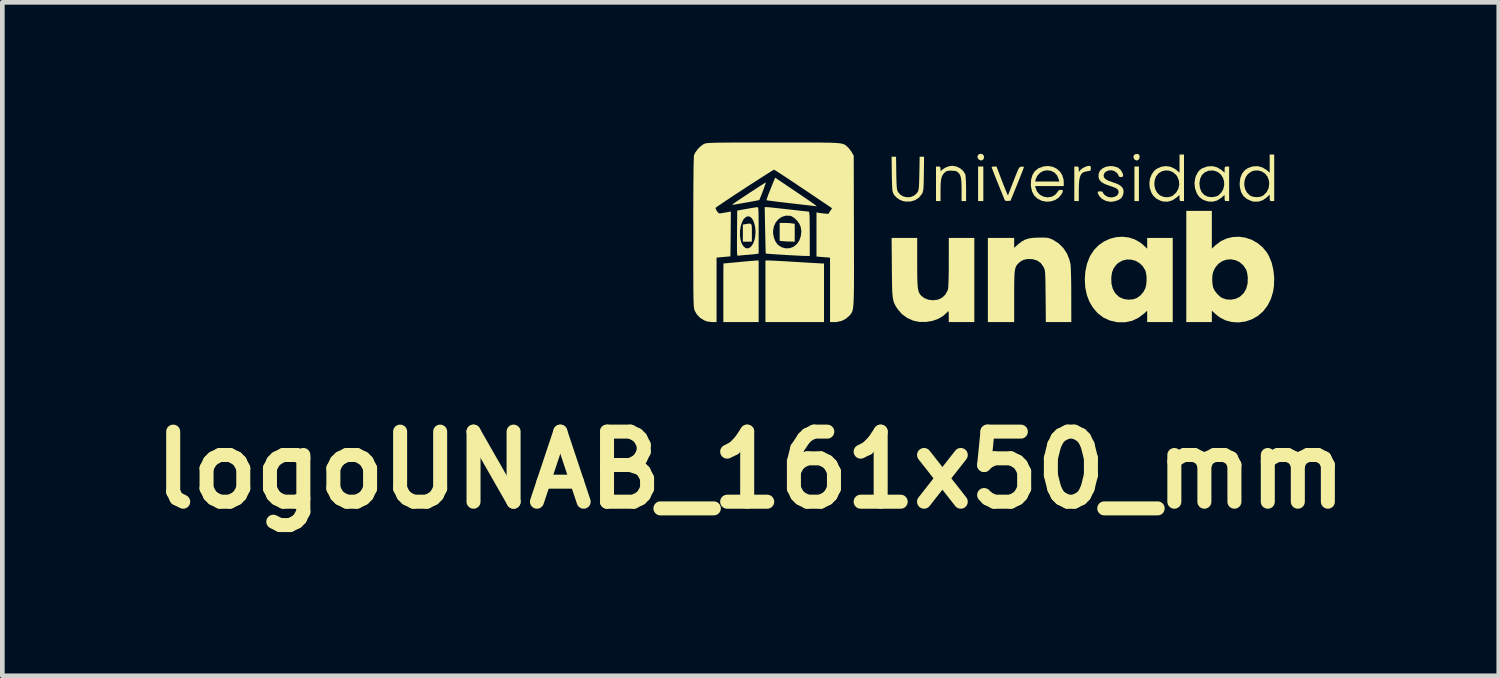
<source format=kicad_pcb>
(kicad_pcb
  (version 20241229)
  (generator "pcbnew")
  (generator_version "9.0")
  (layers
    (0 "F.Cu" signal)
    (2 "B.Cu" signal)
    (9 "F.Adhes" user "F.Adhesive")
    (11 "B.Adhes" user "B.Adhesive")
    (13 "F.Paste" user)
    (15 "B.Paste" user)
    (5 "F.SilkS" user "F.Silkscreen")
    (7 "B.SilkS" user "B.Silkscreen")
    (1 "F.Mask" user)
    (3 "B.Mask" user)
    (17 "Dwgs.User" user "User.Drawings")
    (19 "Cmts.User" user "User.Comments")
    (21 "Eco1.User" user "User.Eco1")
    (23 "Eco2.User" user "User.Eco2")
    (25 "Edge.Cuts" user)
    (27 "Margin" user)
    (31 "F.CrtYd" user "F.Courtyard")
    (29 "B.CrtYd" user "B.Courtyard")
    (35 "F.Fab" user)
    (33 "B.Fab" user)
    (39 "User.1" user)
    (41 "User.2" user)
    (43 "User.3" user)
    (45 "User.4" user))
  (footprint "logoUNAB_161x50_mm"
    (layer "F.Cu")
    (at 18.094 1.93)
    (property "Reference" "logoUNAB_161x50_mm" (at -5.08 5.08 0) (layer "F.SilkS") (effects (font (size 1.5 1.5) (thickness 0.3))))
    (attr board_only exclude_from_pos_files exclude_from_bom)
    (fp_poly (pts (xy -0.097 -1.046) (xy -0.097 -0.676) (xy -0.153 -0.676) (xy -0.209 -0.676) (xy -0.209 -1.046) (xy -0.209 -1.416) (xy -0.153 -1.416) (xy -0.097 -1.416)) (stroke (width 0) (type solid)) (fill yes) (layer "F.SilkS"))
    (fp_poly (pts (xy 3.233 -1.046) (xy 3.233 -0.676) (xy 3.185 -0.676) (xy 3.137 -0.676) (xy 3.137 -1.046) (xy 3.137 -1.416) (xy 3.185 -1.416) (xy 3.233 -1.416)) (stroke (width 0) (type solid)) (fill yes) (layer "F.SilkS"))
    (fp_poly (pts (xy -0.108 -1.676) (xy -0.083 -1.639) (xy -0.08 -1.617) (xy -0.093 -1.573) (xy -0.124 -1.549) (xy -0.164 -1.548) (xy -0.2 -1.57) (xy -0.223 -1.61) (xy -0.219 -1.649) (xy -0.193 -1.679) (xy -0.153 -1.689)) (stroke (width 0) (type solid)) (fill yes) (layer "F.SilkS"))
    (fp_poly (pts (xy 3.217 -1.681) (xy 3.244 -1.658) (xy 3.249 -1.627) (xy 3.239 -1.579) (xy 3.212 -1.551) (xy 3.176 -1.545) (xy 3.141 -1.566) (xy 3.131 -1.577) (xy 3.115 -1.621) (xy 3.125 -1.658) (xy 3.156 -1.682) (xy 3.203 -1.685)) (stroke (width 0) (type solid)) (fill yes) (layer "F.SilkS"))
    (fp_poly (pts (xy -5.069 -0.186) (xy -5.057 -0.162) (xy -5.052 -0.117) (xy -5.051 -0.048) (xy -5.051 0) (xy -5.051 0.193) (xy -5.148 0.193) (xy -5.244 0.193) (xy -5.244 0.01) (xy -5.244 -0.173) (xy -5.184 -0.183) (xy -5.129 -0.192) (xy -5.092 -0.194)) (stroke (width 0) (type solid)) (fill yes) (layer "F.SilkS"))
    (fp_poly (pts (xy -4.355 -0.209) (xy -4.29 -0.207) (xy -4.227 -0.203) (xy -4.194 -0.199) (xy -4.134 -0.189) (xy -4.134 0.002) (xy -4.134 0.193) (xy -4.235 0.19) (xy -4.3 0.188) (xy -4.363 0.184) (xy -4.396 0.181) (xy -4.456 0.175) (xy -4.456 -0.017) (xy -4.456 -0.209)) (stroke (width 0) (type solid)) (fill yes) (layer "F.SilkS"))
    (fp_poly (pts (xy -4.685 0.595) (xy -4.65 0.596) (xy -4.588 0.599) (xy -4.503 0.604) (xy -4.399 0.609) (xy -4.282 0.616) (xy -4.155 0.624) (xy -4.094 0.627) (xy -3.967 0.635) (xy -3.849 0.642) (xy -3.745 0.648) (xy -3.657 0.653) (xy -3.592 0.657) (xy -3.552 0.659) (xy -3.543 0.659) (xy -3.507 0.66) (xy -3.507 1.287) (xy -3.507 1.914) (xy -4.134 1.914) (xy -4.761 1.914) (xy -4.761 1.255) (xy -4.761 0.595)) (stroke (width 0) (type solid)) (fill yes) (layer "F.SilkS"))
    (fp_poly (pts (xy -4.906 1.255) (xy -4.906 1.914) (xy -5.284 1.914) (xy -5.662 1.914) (xy -5.662 1.287) (xy -5.662 1.148) (xy -5.662 1.02) (xy -5.661 0.907) (xy -5.661 0.81) (xy -5.66 0.735) (xy -5.659 0.684) (xy -5.659 0.66) (xy -5.658 0.659) (xy -5.642 0.658) (xy -5.598 0.654) (xy -5.532 0.648) (xy -5.448 0.64) (xy -5.351 0.631) (xy -5.316 0.627) (xy -5.214 0.618) (xy -5.12 0.609) (xy -5.04 0.603) (xy -4.981 0.598) (xy -4.947 0.595) (xy -4.942 0.595) (xy -4.906 0.595)) (stroke (width 0) (type solid)) (fill yes) (layer "F.SilkS"))
    (fp_poly (pts (xy 2.193 -1.426) (xy 2.203 -1.405) (xy 2.204 -1.377) (xy 2.202 -1.344) (xy 2.19 -1.327) (xy 2.16 -1.319) (xy 2.131 -1.315) (xy 2.071 -1.303) (xy 2.025 -1.281) (xy 1.992 -1.243) (xy 1.969 -1.188) (xy 1.955 -1.111) (xy 1.948 -1.008) (xy 1.946 -0.909) (xy 1.946 -0.676) (xy 1.898 -0.676) (xy 1.85 -0.676) (xy 1.85 -1.046) (xy 1.85 -1.416) (xy 1.898 -1.416) (xy 1.93 -1.413) (xy 1.943 -1.398) (xy 1.946 -1.361) (xy 1.946 -1.356) (xy 1.946 -1.296) (xy 1.973 -1.333) (xy 2.009 -1.367) (xy 2.063 -1.399) (xy 2.122 -1.423) (xy 2.168 -1.431)) (stroke (width 0) (type solid)) (fill yes) (layer "F.SilkS"))
    (fp_poly (pts (xy -4.13 -0.892) (xy -3.995 -0.801) (xy -3.885 -0.726) (xy -3.799 -0.667) (xy -3.735 -0.622) (xy -3.693 -0.591) (xy -3.67 -0.572) (xy -3.665 -0.565) (xy -3.668 -0.565) (xy -3.685 -0.567) (xy -3.731 -0.572) (xy -3.801 -0.581) (xy -3.891 -0.591) (xy -3.998 -0.603) (xy -4.118 -0.617) (xy -4.203 -0.627) (xy -4.33 -0.642) (xy -4.446 -0.655) (xy -4.548 -0.668) (xy -4.631 -0.679) (xy -4.693 -0.687) (xy -4.73 -0.693) (xy -4.738 -0.695) (xy -4.735 -0.712) (xy -4.72 -0.755) (xy -4.697 -0.82) (xy -4.664 -0.903) (xy -4.625 -1.001) (xy -4.581 -1.11) (xy -4.575 -1.123) (xy -4.553 -1.177)) (stroke (width 0) (type solid)) (fill yes) (layer "F.SilkS"))
    (fp_poly (pts (xy -4.756 -1.058) (xy -4.769 -1.019) (xy -4.788 -0.965) (xy -4.811 -0.902) (xy -4.836 -0.837) (xy -4.86 -0.777) (xy -4.879 -0.73) (xy -4.892 -0.702) (xy -4.895 -0.698) (xy -4.911 -0.694) (xy -4.953 -0.686) (xy -5.014 -0.674) (xy -5.088 -0.66) (xy -5.17 -0.646) (xy -5.252 -0.631) (xy -5.329 -0.618) (xy -5.395 -0.606) (xy -5.443 -0.599) (xy -5.467 -0.595) (xy -5.468 -0.595) (xy -5.466 -0.604) (xy -5.46 -0.609) (xy -5.44 -0.625) (xy -5.398 -0.654) (xy -5.339 -0.694) (xy -5.267 -0.742) (xy -5.187 -0.795) (xy -5.103 -0.851) (xy -5.019 -0.906) (xy -4.94 -0.957) (xy -4.869 -1.003) (xy -4.812 -1.039) (xy -4.772 -1.064) (xy -4.753 -1.074) (xy -4.752 -1.074)) (stroke (width 0) (type solid)) (fill yes) (layer "F.SilkS"))
    (fp_poly (pts (xy -0.675 -1.417) (xy -0.594 -1.379) (xy -0.528 -1.322) (xy -0.485 -1.253) (xy -0.484 -1.25) (xy -0.478 -1.218) (xy -0.473 -1.16) (xy -0.469 -1.083) (xy -0.467 -0.992) (xy -0.466 -0.94) (xy -0.466 -0.676) (xy -0.515 -0.676) (xy -0.563 -0.676) (xy -0.563 -0.917) (xy -0.564 -1.029) (xy -0.569 -1.115) (xy -0.577 -1.178) (xy -0.592 -1.226) (xy -0.612 -1.262) (xy -0.641 -1.293) (xy -0.643 -1.295) (xy -0.673 -1.314) (xy -0.715 -1.324) (xy -0.778 -1.327) (xy -0.782 -1.327) (xy -0.84 -1.326) (xy -0.878 -1.318) (xy -0.907 -1.302) (xy -0.934 -1.277) (xy -0.962 -1.244) (xy -0.983 -1.204) (xy -0.998 -1.154) (xy -1.007 -1.087) (xy -1.012 -0.998) (xy -1.013 -0.889) (xy -1.013 -0.676) (xy -1.062 -0.676) (xy -1.11 -0.676) (xy -1.11 -1.046) (xy -1.11 -1.416) (xy -1.062 -1.416) (xy -1.028 -1.412) (xy -1.015 -1.394) (xy -1.013 -1.365) (xy -1.013 -1.313) (xy -0.977 -1.348) (xy -0.911 -1.392) (xy -0.83 -1.422) (xy -0.761 -1.431)) (stroke (width 0) (type solid)) (fill yes) (layer "F.SilkS"))
    (fp_poly (pts (xy 0.185 -1.416) (xy 0.305 -1.1) (xy 0.341 -1.007) (xy 0.373 -0.927) (xy 0.4 -0.862) (xy 0.419 -0.818) (xy 0.429 -0.799) (xy 0.431 -0.799) (xy 0.438 -0.817) (xy 0.455 -0.861) (xy 0.48 -0.925) (xy 0.511 -1.005) (xy 0.546 -1.096) (xy 0.552 -1.11) (xy 0.591 -1.211) (xy 0.622 -1.287) (xy 0.644 -1.34) (xy 0.662 -1.375) (xy 0.677 -1.396) (xy 0.691 -1.407) (xy 0.707 -1.411) (xy 0.72 -1.413) (xy 0.755 -1.412) (xy 0.772 -1.405) (xy 0.772 -1.404) (xy 0.766 -1.386) (xy 0.75 -1.343) (xy 0.725 -1.278) (xy 0.693 -1.197) (xy 0.655 -1.102) (xy 0.629 -1.037) (xy 0.485 -0.684) (xy 0.427 -0.679) (xy 0.386 -0.679) (xy 0.364 -0.693) (xy 0.355 -0.711) (xy 0.345 -0.736) (xy 0.324 -0.787) (xy 0.296 -0.857) (xy 0.261 -0.942) (xy 0.223 -1.037) (xy 0.21 -1.069) (xy 0.172 -1.164) (xy 0.138 -1.249) (xy 0.111 -1.32) (xy 0.091 -1.371) (xy 0.081 -1.399) (xy 0.08 -1.403) (xy 0.095 -1.412) (xy 0.129 -1.416) (xy 0.133 -1.416)) (stroke (width 0) (type solid)) (fill yes) (layer "F.SilkS"))
    (fp_poly (pts (xy -1.96 -1.275) (xy -1.958 -1.158) (xy -1.955 -1.069) (xy -1.952 -1.003) (xy -1.948 -0.955) (xy -1.942 -0.92) (xy -1.935 -0.895) (xy -1.924 -0.873) (xy -1.922 -0.869) (xy -1.871 -0.81) (xy -1.803 -0.773) (xy -1.728 -0.757) (xy -1.65 -0.764) (xy -1.579 -0.793) (xy -1.522 -0.844) (xy -1.505 -0.868) (xy -1.494 -0.889) (xy -1.486 -0.914) (xy -1.48 -0.948) (xy -1.475 -0.994) (xy -1.472 -1.059) (xy -1.469 -1.145) (xy -1.467 -1.259) (xy -1.466 -1.274) (xy -1.46 -1.625) (xy -1.412 -1.625) (xy -1.365 -1.625) (xy -1.37 -1.259) (xy -1.372 -1.14) (xy -1.374 -1.049) (xy -1.377 -0.981) (xy -1.38 -0.932) (xy -1.386 -0.896) (xy -1.393 -0.869) (xy -1.403 -0.846) (xy -1.412 -0.828) (xy -1.474 -0.751) (xy -1.555 -0.697) (xy -1.651 -0.668) (xy -1.757 -0.666) (xy -1.814 -0.675) (xy -1.89 -0.706) (xy -1.959 -0.755) (xy -2.011 -0.814) (xy -2.02 -0.831) (xy -2.03 -0.855) (xy -2.038 -0.882) (xy -2.044 -0.919) (xy -2.048 -0.969) (xy -2.051 -1.038) (xy -2.054 -1.129) (xy -2.056 -1.247) (xy -2.056 -1.259) (xy -2.061 -1.625) (xy -2.013 -1.625) (xy -1.965 -1.625)) (stroke (width 0) (type solid)) (fill yes) (layer "F.SilkS"))
    (fp_poly (pts (xy 6.129 -1.174) (xy 6.129 -0.676) (xy 6.081 -0.676) (xy 6.051 -0.678) (xy 6.037 -0.69) (xy 6.033 -0.722) (xy 6.032 -0.746) (xy 6.032 -0.815) (xy 5.968 -0.754) (xy 5.885 -0.695) (xy 5.791 -0.665) (xy 5.693 -0.664) (xy 5.646 -0.675) (xy 5.546 -0.719) (xy 5.471 -0.783) (xy 5.42 -0.868) (xy 5.394 -0.974) (xy 5.391 -1.019) (xy 5.488 -1.019) (xy 5.505 -0.936) (xy 5.544 -0.861) (xy 5.604 -0.801) (xy 5.63 -0.785) (xy 5.695 -0.764) (xy 5.771 -0.76) (xy 5.844 -0.772) (xy 5.899 -0.799) (xy 5.968 -0.869) (xy 6.01 -0.954) (xy 6.022 -1.051) (xy 6.016 -1.112) (xy 5.986 -1.197) (xy 5.933 -1.264) (xy 5.864 -1.31) (xy 5.784 -1.332) (xy 5.699 -1.328) (xy 5.632 -1.304) (xy 5.564 -1.253) (xy 5.517 -1.184) (xy 5.492 -1.104) (xy 5.488 -1.019) (xy 5.391 -1.019) (xy 5.389 -1.052) (xy 5.402 -1.165) (xy 5.439 -1.261) (xy 5.499 -1.337) (xy 5.566 -1.383) (xy 5.668 -1.418) (xy 5.771 -1.424) (xy 5.87 -1.399) (xy 5.96 -1.346) (xy 5.967 -1.34) (xy 6.032 -1.284) (xy 6.032 -1.479) (xy 6.032 -1.673) (xy 6.081 -1.673) (xy 6.129 -1.673)) (stroke (width 0) (type solid)) (fill yes) (layer "F.SilkS"))
    (fp_poly (pts (xy 4.198 -1.174) (xy 4.198 -0.676) (xy 4.15 -0.676) (xy 4.119 -0.678) (xy 4.106 -0.692) (xy 4.102 -0.725) (xy 4.102 -0.741) (xy 4.102 -0.807) (xy 4.035 -0.749) (xy 3.945 -0.69) (xy 3.849 -0.663) (xy 3.75 -0.667) (xy 3.698 -0.682) (xy 3.608 -0.727) (xy 3.54 -0.791) (xy 3.5 -0.856) (xy 3.466 -0.955) (xy 3.46 -1.022) (xy 3.563 -1.022) (xy 3.581 -0.936) (xy 3.62 -0.86) (xy 3.678 -0.802) (xy 3.693 -0.793) (xy 3.774 -0.762) (xy 3.857 -0.758) (xy 3.934 -0.779) (xy 3.958 -0.793) (xy 4.03 -0.858) (xy 4.076 -0.938) (xy 4.096 -1.025) (xy 4.089 -1.115) (xy 4.054 -1.201) (xy 4.026 -1.24) (xy 3.96 -1.296) (xy 3.883 -1.327) (xy 3.802 -1.333) (xy 3.724 -1.314) (xy 3.655 -1.272) (xy 3.601 -1.207) (xy 3.597 -1.198) (xy 3.568 -1.112) (xy 3.563 -1.022) (xy 3.46 -1.022) (xy 3.457 -1.058) (xy 3.471 -1.159) (xy 3.508 -1.251) (xy 3.565 -1.328) (xy 3.614 -1.367) (xy 3.711 -1.411) (xy 3.812 -1.425) (xy 3.911 -1.41) (xy 4.004 -1.365) (xy 4.037 -1.34) (xy 4.102 -1.284) (xy 4.102 -1.479) (xy 4.102 -1.673) (xy 4.15 -1.673) (xy 4.198 -1.673)) (stroke (width 0) (type solid)) (fill yes) (layer "F.SilkS"))
    (fp_poly (pts (xy 1.388 -1.41) (xy 1.473 -1.369) (xy 1.542 -1.308) (xy 1.593 -1.229) (xy 1.621 -1.133) (xy 1.624 -1.082) (xy 1.625 -0.997) (xy 1.319 -0.997) (xy 1.013 -0.997) (xy 1.023 -0.953) (xy 1.056 -0.875) (xy 1.113 -0.813) (xy 1.188 -0.772) (xy 1.274 -0.756) (xy 1.277 -0.756) (xy 1.366 -0.769) (xy 1.436 -0.806) (xy 1.486 -0.864) (xy 1.488 -0.868) (xy 1.514 -0.904) (xy 1.549 -0.916) (xy 1.561 -0.917) (xy 1.594 -0.913) (xy 1.606 -0.897) (xy 1.598 -0.865) (xy 1.576 -0.822) (xy 1.518 -0.751) (xy 1.44 -0.699) (xy 1.349 -0.669) (xy 1.251 -0.663) (xy 1.154 -0.682) (xy 1.06 -0.73) (xy 0.991 -0.795) (xy 0.945 -0.882) (xy 0.922 -0.99) (xy 0.92 -1.016) (xy 0.923 -1.094) (xy 1.013 -1.094) (xy 1.271 -1.094) (xy 1.529 -1.094) (xy 1.518 -1.138) (xy 1.483 -1.224) (xy 1.427 -1.286) (xy 1.351 -1.324) (xy 1.266 -1.335) (xy 1.186 -1.32) (xy 1.114 -1.279) (xy 1.058 -1.218) (xy 1.024 -1.143) (xy 1.023 -1.138) (xy 1.013 -1.094) (xy 0.923 -1.094) (xy 0.925 -1.134) (xy 0.954 -1.235) (xy 1.005 -1.316) (xy 1.079 -1.375) (xy 1.091 -1.382) (xy 1.193 -1.418) (xy 1.294 -1.427)) (stroke (width 0) (type solid)) (fill yes) (layer "F.SilkS"))
    (fp_poly (pts (xy -4.927 -0.544) (xy -4.92 -0.537) (xy -4.915 -0.52) (xy -4.912 -0.491) (xy -4.909 -0.446) (xy -4.908 -0.382) (xy -4.907 -0.295) (xy -4.906 -0.183) (xy -4.906 -0.05) (xy -4.906 0.447) (xy -4.959 0.456) (xy -4.999 0.461) (xy -5.06 0.467) (xy -5.131 0.473) (xy -5.156 0.475) (xy -5.224 0.48) (xy -5.282 0.486) (xy -5.32 0.491) (xy -5.329 0.493) (xy -5.356 0.49) (xy -5.365 0.479) (xy -5.367 0.458) (xy -5.369 0.409) (xy -5.37 0.337) (xy -5.37 0.245) (xy -5.37 0.138) (xy -5.369 0.052) (xy -5.306 0.052) (xy -5.295 0.146) (xy -5.27 0.228) (xy -5.233 0.29) (xy -5.185 0.33) (xy -5.134 0.337) (xy -5.085 0.312) (xy -5.061 0.288) (xy -5.021 0.226) (xy -4.993 0.151) (xy -4.978 0.068) (xy -4.973 -0.017) (xy -4.979 -0.102) (xy -4.994 -0.18) (xy -5.017 -0.249) (xy -5.048 -0.303) (xy -5.086 -0.339) (xy -5.131 -0.351) (xy -5.176 -0.337) (xy -5.225 -0.293) (xy -5.263 -0.225) (xy -5.289 -0.14) (xy -5.304 -0.045) (xy -5.306 0.052) (xy -5.369 0.052) (xy -5.369 0.019) (xy -5.369 -0.007) (xy -5.365 -0.473) (xy -5.164 -0.509) (xy -5.085 -0.523) (xy -5.016 -0.534) (xy -4.964 -0.542) (xy -4.935 -0.546) (xy -4.934 -0.546)) (stroke (width 0) (type solid)) (fill yes) (layer "F.SilkS"))
    (fp_poly (pts (xy 4.905 -1.399) (xy 4.994 -1.346) (xy 5.002 -1.34) (xy 5.067 -1.284) (xy 5.067 -1.35) (xy 5.069 -1.392) (xy 5.079 -1.411) (xy 5.104 -1.415) (xy 5.115 -1.416) (xy 5.164 -1.416) (xy 5.164 -1.046) (xy 5.164 -0.676) (xy 5.115 -0.676) (xy 5.085 -0.678) (xy 5.071 -0.692) (xy 5.067 -0.725) (xy 5.067 -0.741) (xy 5.067 -0.807) (xy 5 -0.749) (xy 4.91 -0.69) (xy 4.815 -0.663) (xy 4.715 -0.668) (xy 4.658 -0.684) (xy 4.581 -0.719) (xy 4.524 -0.766) (xy 4.477 -0.835) (xy 4.468 -0.852) (xy 4.433 -0.953) (xy 4.423 -1.054) (xy 4.528 -1.054) (xy 4.54 -0.952) (xy 4.575 -0.869) (xy 4.631 -0.808) (xy 4.705 -0.771) (xy 4.794 -0.76) (xy 4.806 -0.761) (xy 4.877 -0.773) (xy 4.931 -0.796) (xy 4.935 -0.799) (xy 5.001 -0.864) (xy 5.041 -0.94) (xy 5.059 -1.022) (xy 5.055 -1.104) (xy 5.029 -1.181) (xy 4.984 -1.247) (xy 4.921 -1.298) (xy 4.84 -1.327) (xy 4.814 -1.331) (xy 4.722 -1.326) (xy 4.645 -1.293) (xy 4.584 -1.237) (xy 4.545 -1.16) (xy 4.529 -1.065) (xy 4.528 -1.054) (xy 4.423 -1.054) (xy 4.423 -1.062) (xy 4.438 -1.169) (xy 4.457 -1.222) (xy 4.494 -1.292) (xy 4.534 -1.339) (xy 4.586 -1.376) (xy 4.601 -1.383) (xy 4.703 -1.418) (xy 4.806 -1.424)) (stroke (width 0) (type solid)) (fill yes) (layer "F.SilkS"))
    (fp_poly (pts (xy -1.512 0.641) (xy -1.512 0.8) (xy -1.511 0.93) (xy -1.508 1.035) (xy -1.504 1.118) (xy -1.498 1.182) (xy -1.49 1.232) (xy -1.478 1.271) (xy -1.463 1.302) (xy -1.445 1.329) (xy -1.427 1.349) (xy -1.36 1.401) (xy -1.273 1.435) (xy -1.175 1.447) (xy -1.174 1.447) (xy -1.07 1.434) (xy -0.981 1.393) (xy -0.911 1.327) (xy -0.863 1.239) (xy -0.853 1.208) (xy -0.849 1.177) (xy -0.845 1.117) (xy -0.842 1.033) (xy -0.839 0.928) (xy -0.837 0.807) (xy -0.837 0.672) (xy -0.837 0.631) (xy -0.836 0.113) (xy -0.563 0.113) (xy -0.29 0.113) (xy -0.29 1.013) (xy -0.29 1.914) (xy -0.563 1.914) (xy -0.836 1.914) (xy -0.837 1.79) (xy -0.838 1.728) (xy -0.84 1.693) (xy -0.845 1.681) (xy -0.855 1.687) (xy -0.866 1.699) (xy -0.954 1.781) (xy -1.064 1.845) (xy -1.189 1.889) (xy -1.322 1.911) (xy -1.458 1.911) (xy -1.589 1.885) (xy -1.599 1.882) (xy -1.726 1.826) (xy -1.837 1.745) (xy -1.925 1.644) (xy -1.93 1.637) (xy -1.959 1.594) (xy -1.982 1.555) (xy -2.001 1.517) (xy -2.016 1.476) (xy -2.028 1.429) (xy -2.037 1.373) (xy -2.044 1.303) (xy -2.048 1.216) (xy -2.051 1.11) (xy -2.053 0.979) (xy -2.055 0.822) (xy -2.055 0.744) (xy -2.06 0.113) (xy -1.786 0.113) (xy -1.512 0.113)) (stroke (width 0) (type solid)) (fill yes) (layer "F.SilkS"))
    (fp_poly (pts (xy 1.185 0.105) (xy 1.245 0.107) (xy 1.29 0.113) (xy 1.328 0.124) (xy 1.368 0.14) (xy 1.402 0.157) (xy 1.518 0.232) (xy 1.617 0.331) (xy 1.695 0.45) (xy 1.748 0.585) (xy 1.769 0.676) (xy 1.773 0.717) (xy 1.776 0.785) (xy 1.779 0.877) (xy 1.782 0.987) (xy 1.784 1.111) (xy 1.785 1.245) (xy 1.785 1.347) (xy 1.786 1.914) (xy 1.513 1.914) (xy 1.241 1.914) (xy 1.236 1.363) (xy 1.234 1.216) (xy 1.233 1.096) (xy 1.231 1.002) (xy 1.229 0.929) (xy 1.226 0.873) (xy 1.222 0.832) (xy 1.217 0.801) (xy 1.211 0.777) (xy 1.202 0.756) (xy 1.192 0.735) (xy 1.136 0.654) (xy 1.061 0.599) (xy 0.967 0.569) (xy 0.941 0.566) (xy 0.844 0.565) (xy 0.768 0.58) (xy 0.704 0.613) (xy 0.681 0.632) (xy 0.651 0.659) (xy 0.627 0.684) (xy 0.608 0.712) (xy 0.593 0.745) (xy 0.582 0.788) (xy 0.574 0.843) (xy 0.569 0.915) (xy 0.566 1.005) (xy 0.564 1.119) (xy 0.563 1.26) (xy 0.563 1.363) (xy 0.563 1.914) (xy 0.282 1.914) (xy 0 1.914) (xy 0 1.013) (xy 0 0.113) (xy 0.282 0.113) (xy 0.563 0.113) (xy 0.563 0.219) (xy 0.563 0.325) (xy 0.644 0.252) (xy 0.718 0.193) (xy 0.792 0.151) (xy 0.875 0.124) (xy 0.973 0.11) (xy 1.095 0.105) (xy 1.102 0.105)) (stroke (width 0) (type solid)) (fill yes) (layer "F.SilkS"))
    (fp_poly (pts (xy -4.733 -0.547) (xy -4.706 -0.545) (xy -4.651 -0.54) (xy -4.574 -0.532) (xy -4.479 -0.522) (xy -4.372 -0.51) (xy -4.271 -0.499) (xy -4.158 -0.486) (xy -4.055 -0.474) (xy -3.966 -0.464) (xy -3.897 -0.457) (xy -3.85 -0.452) (xy -3.833 -0.45) (xy -3.826 -0.444) (xy -3.822 -0.421) (xy -3.818 -0.38) (xy -3.815 -0.318) (xy -3.814 -0.232) (xy -3.813 -0.119) (xy -3.812 0.023) (xy -3.812 0.024) (xy -3.812 0.499) (xy -3.937 0.497) (xy -3.992 0.495) (xy -4.071 0.491) (xy -4.169 0.486) (xy -4.277 0.48) (xy -4.388 0.473) (xy -4.406 0.472) (xy -4.508 0.466) (xy -4.598 0.459) (xy -4.671 0.454) (xy -4.724 0.45) (xy -4.751 0.447) (xy -4.754 0.446) (xy -4.755 0.43) (xy -4.757 0.385) (xy -4.759 0.316) (xy -4.761 0.227) (xy -4.763 0.121) (xy -4.766 0.003) (xy -4.767 -0.036) (xy -4.598 -0.036) (xy -4.596 0.024) (xy -4.579 0.108) (xy -4.547 0.186) (xy -4.506 0.247) (xy -4.494 0.26) (xy -4.415 0.312) (xy -4.327 0.336) (xy -4.237 0.331) (xy -4.159 0.301) (xy -4.088 0.244) (xy -4.035 0.165) (xy -4.003 0.072) (xy -3.992 -0.028) (xy -4.006 -0.123) (xy -4.036 -0.192) (xy -4.084 -0.258) (xy -4.143 -0.315) (xy -4.203 -0.352) (xy -4.235 -0.362) (xy -4.326 -0.364) (xy -4.41 -0.338) (xy -4.482 -0.289) (xy -4.541 -0.219) (xy -4.58 -0.133) (xy -4.598 -0.036) (xy -4.767 -0.036) (xy -4.767 -0.052) (xy -4.777 -0.547)) (stroke (width 0) (type solid)) (fill yes) (layer "F.SilkS"))
    (fp_poly (pts (xy 3.017 0.103) (xy 3.146 0.145) (xy 3.266 0.214) (xy 3.329 0.266) (xy 3.41 0.342) (xy 3.41 0.227) (xy 3.41 0.113) (xy 3.684 0.113) (xy 3.957 0.113) (xy 3.957 1.013) (xy 3.957 1.914) (xy 3.684 1.914) (xy 3.41 1.914) (xy 3.41 1.792) (xy 3.41 1.669) (xy 3.341 1.733) (xy 3.22 1.824) (xy 3.088 1.886) (xy 2.945 1.917) (xy 2.792 1.918) (xy 2.751 1.913) (xy 2.602 1.878) (xy 2.468 1.814) (xy 2.35 1.723) (xy 2.249 1.605) (xy 2.172 1.475) (xy 2.117 1.329) (xy 2.084 1.168) (xy 2.075 0.999) (xy 2.077 0.961) (xy 2.641 0.961) (xy 2.645 1.09) (xy 2.674 1.203) (xy 2.726 1.296) (xy 2.801 1.369) (xy 2.821 1.382) (xy 2.909 1.42) (xy 3.009 1.434) (xy 3.109 1.426) (xy 3.193 1.396) (xy 3.267 1.342) (xy 3.33 1.268) (xy 3.371 1.19) (xy 3.389 1.117) (xy 3.397 1.028) (xy 3.396 0.937) (xy 3.384 0.856) (xy 3.371 0.812) (xy 3.318 0.721) (xy 3.245 0.651) (xy 3.16 0.602) (xy 3.066 0.577) (xy 2.969 0.575) (xy 2.876 0.599) (xy 2.79 0.648) (xy 2.749 0.686) (xy 2.694 0.76) (xy 2.659 0.843) (xy 2.643 0.946) (xy 2.641 0.961) (xy 2.077 0.961) (xy 2.087 0.829) (xy 2.122 0.665) (xy 2.18 0.516) (xy 2.191 0.494) (xy 2.272 0.37) (xy 2.373 0.267) (xy 2.488 0.187) (xy 2.614 0.13) (xy 2.747 0.096) (xy 2.882 0.087)) (stroke (width 0) (type solid)) (fill yes) (layer "F.SilkS"))
    (fp_poly (pts (xy 4.794 -0.062) (xy 4.794 0.342) (xy 4.875 0.266) (xy 4.988 0.181) (xy 5.112 0.124) (xy 5.244 0.093) (xy 5.379 0.087) (xy 5.514 0.107) (xy 5.645 0.151) (xy 5.766 0.218) (xy 5.876 0.308) (xy 5.969 0.42) (xy 6.013 0.494) (xy 6.073 0.637) (xy 6.111 0.799) (xy 6.129 0.969) (xy 6.123 1.142) (xy 6.105 1.263) (xy 6.057 1.421) (xy 5.985 1.562) (xy 5.893 1.682) (xy 5.782 1.78) (xy 5.655 1.853) (xy 5.516 1.901) (xy 5.366 1.921) (xy 5.222 1.912) (xy 5.086 1.877) (xy 4.961 1.812) (xy 4.875 1.744) (xy 4.794 1.669) (xy 4.794 1.791) (xy 4.794 1.914) (xy 4.52 1.914) (xy 4.247 1.914) (xy 4.247 0.997) (xy 4.802 0.997) (xy 4.805 1.066) (xy 4.813 1.132) (xy 4.824 1.18) (xy 4.824 1.18) (xy 4.858 1.246) (xy 4.91 1.313) (xy 4.971 1.37) (xy 5.01 1.396) (xy 5.102 1.428) (xy 5.204 1.434) (xy 5.304 1.415) (xy 5.393 1.372) (xy 5.394 1.371) (xy 5.474 1.297) (xy 5.529 1.203) (xy 5.559 1.09) (xy 5.563 0.959) (xy 5.562 0.952) (xy 5.554 0.886) (xy 5.54 0.825) (xy 5.526 0.788) (xy 5.465 0.697) (xy 5.388 0.631) (xy 5.3 0.589) (xy 5.206 0.571) (xy 5.112 0.577) (xy 5.021 0.607) (xy 4.94 0.661) (xy 4.872 0.74) (xy 4.847 0.785) (xy 4.822 0.843) (xy 4.808 0.898) (xy 4.803 0.964) (xy 4.802 0.997) (xy 4.247 0.997) (xy 4.247 0.724) (xy 4.247 -0.466) (xy 4.52 -0.466) (xy 4.794 -0.466)) (stroke (width 0) (type solid)) (fill yes) (layer "F.SilkS"))
    (fp_poly (pts (xy 2.68 -1.423) (xy 2.763 -1.401) (xy 2.785 -1.39) (xy 2.832 -1.354) (xy 2.87 -1.302) (xy 2.893 -1.248) (xy 2.895 -1.227) (xy 2.889 -1.2) (xy 2.865 -1.191) (xy 2.847 -1.19) (xy 2.81 -1.197) (xy 2.799 -1.216) (xy 2.788 -1.243) (xy 2.762 -1.278) (xy 2.752 -1.288) (xy 2.701 -1.322) (xy 2.642 -1.336) (xy 2.582 -1.331) (xy 2.53 -1.31) (xy 2.493 -1.274) (xy 2.477 -1.226) (xy 2.477 -1.223) (xy 2.487 -1.181) (xy 2.52 -1.145) (xy 2.578 -1.112) (xy 2.665 -1.081) (xy 2.674 -1.078) (xy 2.765 -1.046) (xy 2.828 -1.013) (xy 2.87 -0.976) (xy 2.896 -0.933) (xy 2.906 -0.872) (xy 2.893 -0.805) (xy 2.862 -0.748) (xy 2.848 -0.733) (xy 2.796 -0.7) (xy 2.727 -0.675) (xy 2.656 -0.662) (xy 2.638 -0.661) (xy 2.584 -0.667) (xy 2.526 -0.681) (xy 2.52 -0.683) (xy 2.441 -0.724) (xy 2.385 -0.784) (xy 2.371 -0.807) (xy 2.352 -0.851) (xy 2.355 -0.875) (xy 2.382 -0.884) (xy 2.405 -0.885) (xy 2.448 -0.879) (xy 2.461 -0.862) (xy 2.473 -0.838) (xy 2.501 -0.806) (xy 2.511 -0.798) (xy 2.566 -0.767) (xy 2.628 -0.755) (xy 2.69 -0.76) (xy 2.744 -0.781) (xy 2.783 -0.816) (xy 2.799 -0.863) (xy 2.799 -0.867) (xy 2.793 -0.902) (xy 2.774 -0.931) (xy 2.735 -0.956) (xy 2.673 -0.982) (xy 2.604 -1.004) (xy 2.502 -1.041) (xy 2.431 -1.083) (xy 2.387 -1.132) (xy 2.368 -1.19) (xy 2.371 -1.261) (xy 2.371 -1.262) (xy 2.398 -1.324) (xy 2.449 -1.373) (xy 2.517 -1.407) (xy 2.596 -1.424)) (stroke (width 0) (type solid)) (fill yes) (layer "F.SilkS"))
    (fp_poly (pts (xy -3.926 -1.93) (xy -3.76 -1.93) (xy -3.617 -1.929) (xy -3.496 -1.927) (xy -3.395 -1.926) (xy -3.311 -1.923) (xy -3.243 -1.919) (xy -3.189 -1.915) (xy -3.146 -1.909) (xy -3.113 -1.902) (xy -3.087 -1.894) (xy -3.067 -1.885) (xy -3.049 -1.874) (xy -3.033 -1.861) (xy -3.016 -1.846) (xy -3.01 -1.841) (xy -2.971 -1.801) (xy -2.931 -1.748) (xy -2.915 -1.724) (xy -2.871 -1.649) (xy -2.867 -0.049) (xy -2.866 0.221) (xy -2.866 0.462) (xy -2.865 0.674) (xy -2.865 0.86) (xy -2.866 1.022) (xy -2.866 1.161) (xy -2.868 1.279) (xy -2.87 1.378) (xy -2.873 1.461) (xy -2.877 1.528) (xy -2.882 1.583) (xy -2.888 1.627) (xy -2.895 1.661) (xy -2.904 1.689) (xy -2.914 1.711) (xy -2.925 1.73) (xy -2.938 1.747) (xy -2.953 1.764) (xy -2.959 1.772) (xy -3.037 1.842) (xy -3.134 1.89) (xy -3.243 1.913) (xy -3.277 1.914) (xy -3.378 1.914) (xy -3.378 1.224) (xy -3.378 0.534) (xy -3.523 0.523) (xy -3.668 0.511) (xy -3.668 0.038) (xy -3.668 -0.435) (xy -3.631 -0.427) (xy -3.595 -0.421) (xy -3.541 -0.414) (xy -3.505 -0.41) (xy -3.416 -0.401) (xy -3.375 -0.462) (xy -3.335 -0.523) (xy -3.944 -0.933) (xy -4.07 -1.017) (xy -4.187 -1.096) (xy -4.295 -1.167) (xy -4.389 -1.229) (xy -4.467 -1.28) (xy -4.526 -1.318) (xy -4.563 -1.341) (xy -4.576 -1.348) (xy -4.592 -1.34) (xy -4.631 -1.317) (xy -4.691 -1.28) (xy -4.768 -1.231) (xy -4.858 -1.173) (xy -4.959 -1.108) (xy -5.068 -1.038) (xy -5.18 -0.966) (xy -5.292 -0.892) (xy -5.403 -0.82) (xy -5.507 -0.751) (xy -5.602 -0.688) (xy -5.685 -0.632) (xy -5.752 -0.586) (xy -5.8 -0.553) (xy -5.826 -0.533) (xy -5.827 -0.532) (xy -5.826 -0.514) (xy -5.81 -0.48) (xy -5.8 -0.464) (xy -5.775 -0.43) (xy -5.753 -0.414) (xy -5.722 -0.414) (xy -5.683 -0.42) (xy -5.624 -0.43) (xy -5.569 -0.44) (xy -5.553 -0.443) (xy -5.501 -0.452) (xy -5.505 0.027) (xy -5.51 0.507) (xy -5.658 0.52) (xy -5.807 0.534) (xy -5.807 1.224) (xy -5.807 1.914) (xy -5.9 1.914) (xy -6.005 1.901) (xy -6.073 1.876) (xy -6.164 1.819) (xy -6.233 1.744) (xy -6.272 1.673) (xy -6.278 1.661) (xy -6.282 1.647) (xy -6.287 1.631) (xy -6.29 1.609) (xy -6.293 1.581) (xy -6.296 1.544) (xy -6.298 1.497) (xy -6.3 1.436) (xy -6.302 1.361) (xy -6.303 1.269) (xy -6.304 1.159) (xy -6.304 1.029) (xy -6.305 0.875) (xy -6.305 0.698) (xy -6.305 0.494) (xy -6.305 0.262) (xy -6.305 0) (xy -6.305 -0.289) (xy -6.305 -0.552) (xy -6.304 -0.789) (xy -6.303 -1) (xy -6.301 -1.182) (xy -6.3 -1.337) (xy -6.298 -1.462) (xy -6.295 -1.557) (xy -6.293 -1.622) (xy -6.29 -1.656) (xy -6.289 -1.659) (xy -6.262 -1.717) (xy -6.215 -1.781) (xy -6.157 -1.841) (xy -6.097 -1.887) (xy -6.073 -1.9) (xy -6.061 -1.905) (xy -6.045 -1.91) (xy -6.026 -1.914) (xy -5.999 -1.917) (xy -5.964 -1.92) (xy -5.918 -1.922) (xy -5.859 -1.924) (xy -5.785 -1.926) (xy -5.694 -1.927) (xy -5.584 -1.928) (xy -5.452 -1.929) (xy -5.298 -1.929) (xy -5.118 -1.93) (xy -4.911 -1.93) (xy -4.674 -1.93) (xy -4.591 -1.93) (xy -4.34 -1.93) (xy -4.119 -1.93)) (stroke (width 0) (type solid)) (fill yes) (layer "F.SilkS")))
  (gr_rect
    (start -3 -3)
    (end 29.029 11.414)
    (stroke (width 0.1) (type default))
    (fill no)
    (layer "Edge.Cuts")))
</source>
